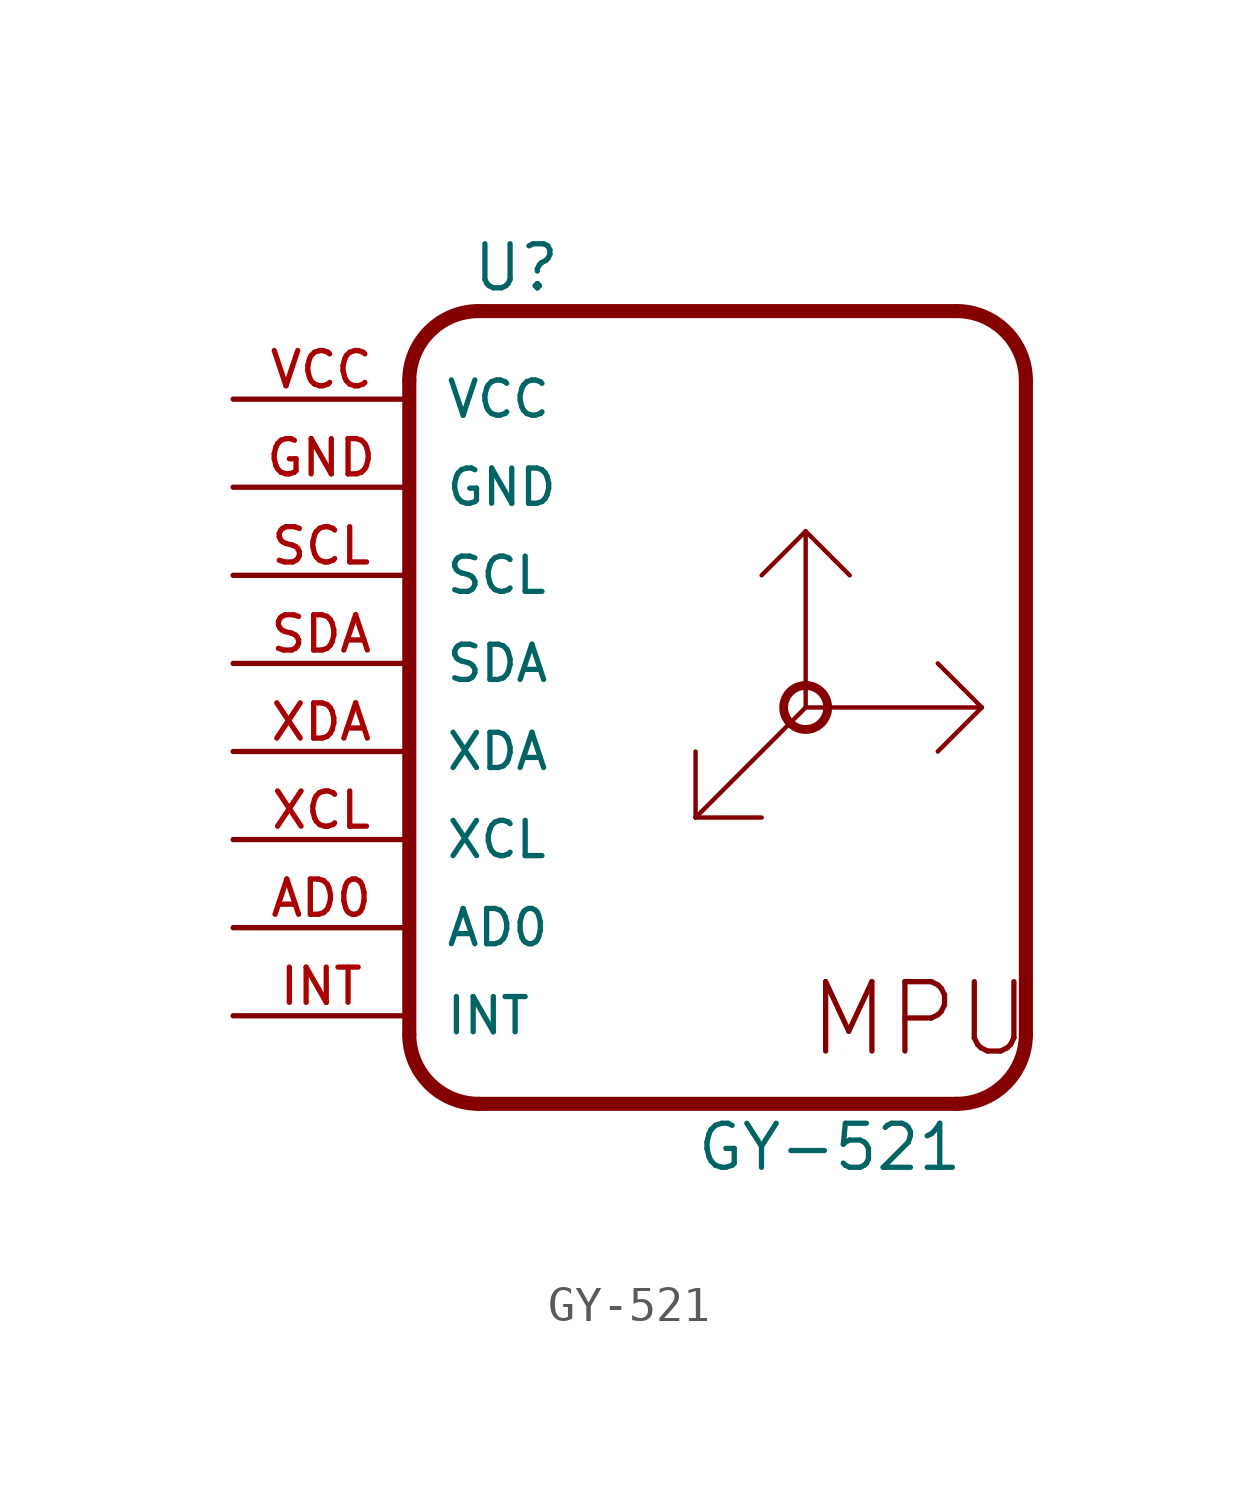
<source format=kicad_sym>
(kicad_symbol_lib
  (version 20241209)
  (generator "kicad_symbol_editor")
  (generator_version "9.0")
  (symbol "GY-521"
    (pin_names
      (offset 1.016))
    (property "Reference" "U"
      (at -9.652 11.938 0)
      (effects (font (size 1.27 1.27)) (justify left bottom)))
    (property "Value" "GY-521"
      (at 4.572 -11.938 0)
      (effects (font (size 1.27 1.27)) (justify right top)))
    (symbol "GY-521_0_0"
      (polyline (pts (xy -11.43 -9.43) (xy -11.43 9.43)) (stroke (width 0.406) (type default)) (fill (type none)))
      (polyline (pts (xy -9.43 11.43) (xy 4.35 11.43)) (stroke (width 0.406) (type default)) (fill (type none)))
      (arc (start -11.43 9.43) (mid -10.8442 10.8442) (end -9.43 11.43) (stroke (width 0.4064) (type default)) (fill (type none)))
      (arc (start -9.43 -11.43) (mid -10.8442 -10.8442) (end -11.43 -9.43) (stroke (width 0.4064) (type default)) (fill (type none)))
      (polyline (pts (xy -3.175 -3.175) (xy -3.175 -1.27)) (stroke (width 0.127) (type default)) (fill (type none)))
      (polyline (pts (xy -3.175 -3.175) (xy -1.27 -3.175)) (stroke (width 0.127) (type default)) (fill (type none)))
      (polyline (pts (xy 0 5.08) (xy -1.27 3.81)) (stroke (width 0.127) (type default)) (fill (type none)))
      (polyline (pts (xy 0 0) (xy -3.175 -3.175)) (stroke (width 0.127) (type default)) (fill (type none)))
      (polyline (pts (xy 0 0) (xy 0 5.08)) (stroke (width 0.127) (type default)) (fill (type none)))
      (polyline (pts (xy 0 0) (xy 5.08 0)) (stroke (width 0.127) (type default)) (fill (type none)))
      (circle (center 0 0) (radius 0.635) (stroke (width 0.254) (type default)) (fill (type none)))
      (polyline (pts (xy 1.27 3.81) (xy 0 5.08)) (stroke (width 0.127) (type default)) (fill (type none)))
      (polyline (pts (xy 3.81 1.27) (xy 5.08 0)) (stroke (width 0.127) (type default)) (fill (type none)))
      (arc (start 4.35 11.43) (mid 5.7642 10.8442) (end 6.35 9.43) (stroke (width 0.4064) (type default)) (fill (type none)))
      (arc (start 6.35 -9.43) (mid 5.7642 -10.8442) (end 4.35 -11.43) (stroke (width 0.4064) (type default)) (fill (type none)))
      (polyline (pts (xy 4.35 -11.43) (xy -9.43 -11.43)) (stroke (width 0.406) (type default)) (fill (type none)))
      (polyline (pts (xy 5.08 0) (xy 3.81 -1.27)) (stroke (width 0.127) (type default)) (fill (type none)))
      (polyline (pts (xy 6.35 9.43) (xy 6.35 -9.43)) (stroke (width 0.406) (type default)) (fill (type none)))
      (text "MPU" (at 0 -10.16 0) (effects (font (size 2 2)) (justify left bottom)))
      (pin power_in line (at -16.51 8.89 0) (length 5.08) (name "VCC" (effects (font (size 1.016 1.016)))) (number "VCC" (effects (font (size 1.016 1.016)))))
      (pin power_in line (at -16.51 6.35 0) (length 5.08) (name "GND" (effects (font (size 1.016 1.016)))) (number "GND" (effects (font (size 1.016 1.016)))))
      (pin bidirectional line (at -16.51 3.81 0) (length 5.08) (name "SCL" (effects (font (size 1.016 1.016)))) (number "SCL" (effects (font (size 1.016 1.016)))))
      (pin bidirectional line (at -16.51 1.27 0) (length 5.08) (name "SDA" (effects (font (size 1.016 1.016)))) (number "SDA" (effects (font (size 1.016 1.016)))))
      (pin bidirectional line (at -16.51 -1.27 0) (length 5.08) (name "XDA" (effects (font (size 1.016 1.016)))) (number "XDA" (effects (font (size 1.016 1.016)))))
      (pin bidirectional line (at -16.51 -3.81 0) (length 5.08) (name "XCL" (effects (font (size 1.016 1.016)))) (number "XCL" (effects (font (size 1.016 1.016)))))
      (pin bidirectional line (at -16.51 -6.35 0) (length 5.08) (name "AD0" (effects (font (size 1.016 1.016)))) (number "AD0" (effects (font (size 1.016 1.016)))))
      (pin bidirectional line (at -16.51 -8.89 0) (length 5.08) (name "INT" (effects (font (size 1.016 1.016)))) (number "INT" (effects (font (size 1.016 1.016))))))))
</source>
